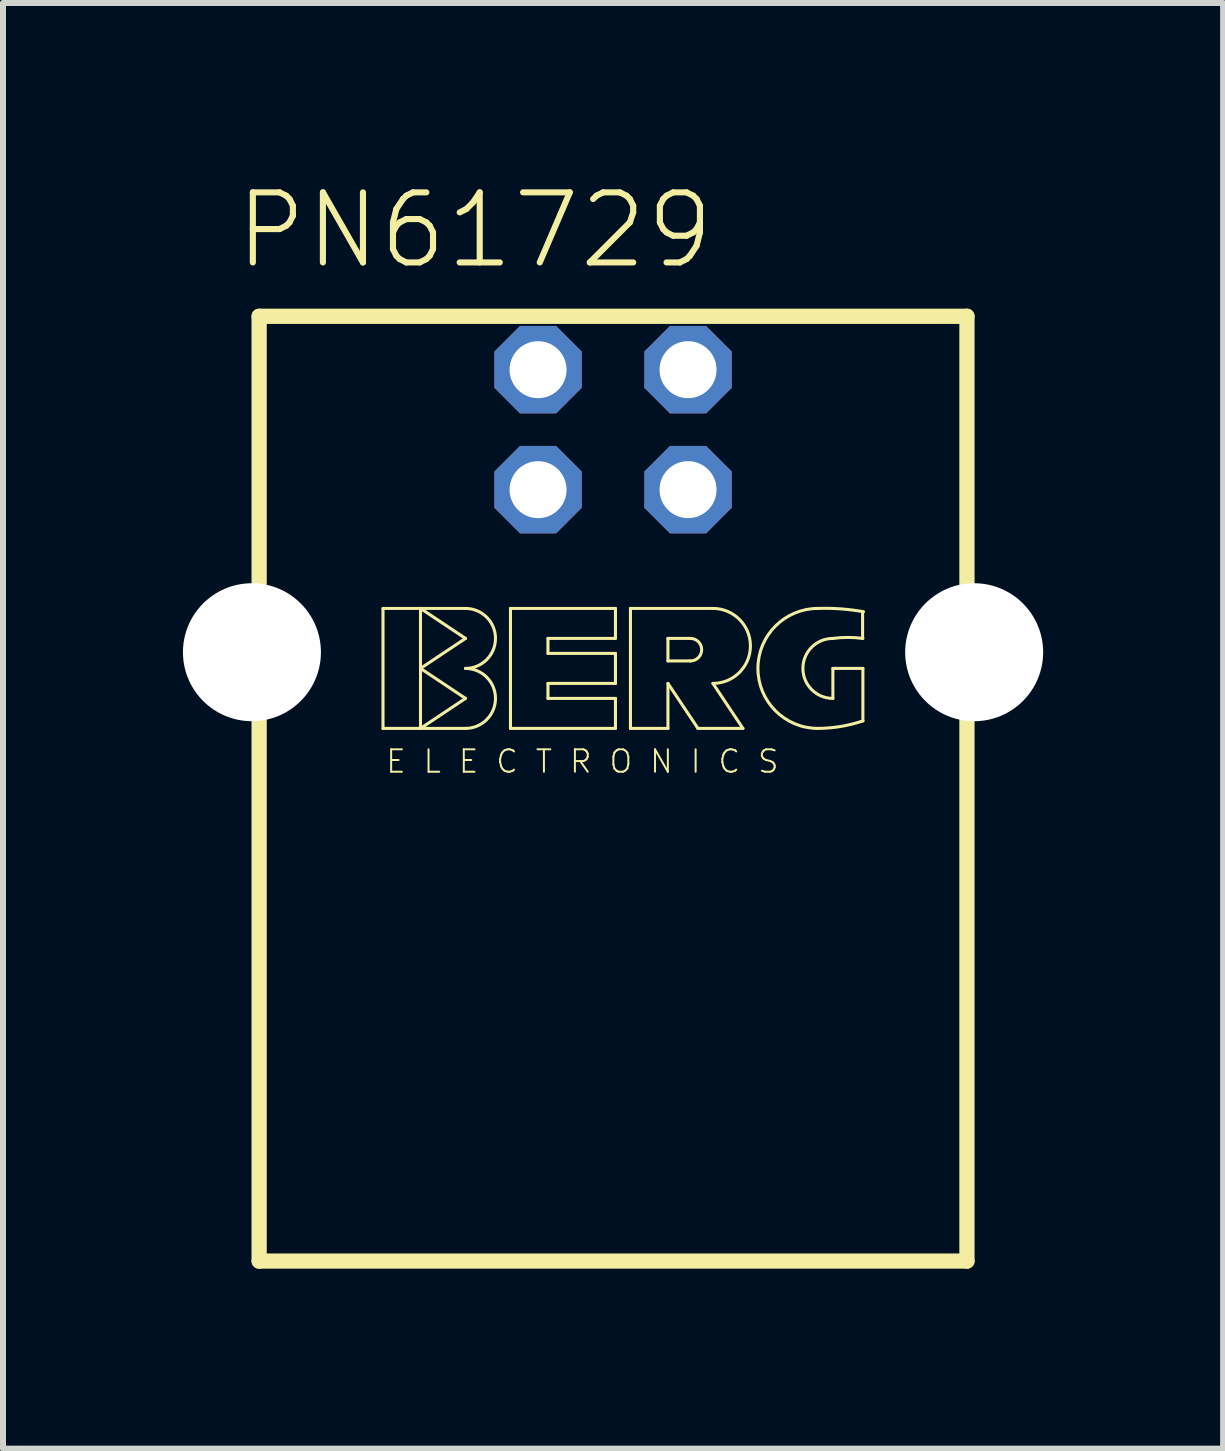
<source format=kicad_pcb>
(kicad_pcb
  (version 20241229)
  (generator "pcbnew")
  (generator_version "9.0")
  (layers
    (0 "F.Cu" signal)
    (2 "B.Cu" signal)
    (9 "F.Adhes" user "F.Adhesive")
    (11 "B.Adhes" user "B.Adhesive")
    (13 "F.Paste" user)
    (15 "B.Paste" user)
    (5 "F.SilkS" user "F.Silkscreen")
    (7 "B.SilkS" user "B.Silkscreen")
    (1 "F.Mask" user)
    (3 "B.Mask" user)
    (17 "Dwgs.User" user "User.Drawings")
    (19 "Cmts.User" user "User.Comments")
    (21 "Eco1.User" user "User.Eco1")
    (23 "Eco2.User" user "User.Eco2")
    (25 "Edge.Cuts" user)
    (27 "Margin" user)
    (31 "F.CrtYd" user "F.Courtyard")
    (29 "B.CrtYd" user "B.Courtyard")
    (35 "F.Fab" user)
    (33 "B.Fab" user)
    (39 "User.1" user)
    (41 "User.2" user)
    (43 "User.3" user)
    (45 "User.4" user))
  (footprint "PN61729"
    (layer "F.Cu")
    (at 7.17 7.823)
    (property "Reference" "PN61729" (at -6.35 -6.35 0) (layer "F.SilkS") (effects (font (size 1.168 1.168) (thickness 0.102)) (justify left bottom)))
    (fp_line (start -5.9 -5.6) (end -5.9 10.15) (stroke (width 0.254) (type solid)) (layer "F.SilkS"))
    (fp_line (start -5.9 10.15) (end 5.9 10.15) (stroke (width 0.254) (type solid)) (layer "F.SilkS"))
    (fp_line (start -3.835 -0.73) (end -3.835 1.27) (stroke (width 0.051) (type solid)) (layer "F.SilkS"))
    (fp_line (start -3.835 1.27) (end -3.21 1.27) (stroke (width 0.051) (type solid)) (layer "F.SilkS"))
    (fp_line (start -3.21 -0.73) (end -3.835 -0.73) (stroke (width 0.051) (type solid)) (layer "F.SilkS"))
    (fp_line (start -3.21 -0.73) (end -2.46 -0.23) (stroke (width 0.051) (type solid)) (layer "F.SilkS"))
    (fp_line (start -3.21 0.27) (end -3.21 -0.73) (stroke (width 0.051) (type solid)) (layer "F.SilkS"))
    (fp_line (start -3.21 0.27) (end -2.46 0.77) (stroke (width 0.051) (type solid)) (layer "F.SilkS"))
    (fp_line (start -3.21 1.27) (end -3.21 0.27) (stroke (width 0.051) (type solid)) (layer "F.SilkS"))
    (fp_line (start -2.46 -0.73) (end -3.21 -0.73) (stroke (width 0.051) (type solid)) (layer "F.SilkS"))
    (fp_line (start -2.46 -0.23) (end -3.21 0.27) (stroke (width 0.051) (type solid)) (layer "F.SilkS"))
    (fp_line (start -2.46 0.77) (end -3.21 1.27) (stroke (width 0.051) (type solid)) (layer "F.SilkS"))
    (fp_line (start -2.46 1.27) (end -3.21 1.27) (stroke (width 0.051) (type solid)) (layer "F.SilkS"))
    (fp_line (start -1.71 -0.73) (end -1.71 1.27) (stroke (width 0.051) (type solid)) (layer "F.SilkS"))
    (fp_line (start -1.71 1.27) (end 0.04 1.27) (stroke (width 0.051) (type solid)) (layer "F.SilkS"))
    (fp_line (start -1.085 -0.23) (end 0.04 -0.23) (stroke (width 0.051) (type solid)) (layer "F.SilkS"))
    (fp_line (start -1.085 0.02) (end -1.085 -0.23) (stroke (width 0.051) (type solid)) (layer "F.SilkS"))
    (fp_line (start -1.085 0.52) (end 0.04 0.52) (stroke (width 0.051) (type solid)) (layer "F.SilkS"))
    (fp_line (start -1.085 0.77) (end -1.085 0.52) (stroke (width 0.051) (type solid)) (layer "F.SilkS"))
    (fp_line (start 0.04 -0.73) (end -1.71 -0.73) (stroke (width 0.051) (type solid)) (layer "F.SilkS"))
    (fp_line (start 0.04 -0.23) (end 0.04 -0.73) (stroke (width 0.051) (type solid)) (layer "F.SilkS"))
    (fp_line (start 0.04 0.02) (end -1.085 0.02) (stroke (width 0.051) (type solid)) (layer "F.SilkS"))
    (fp_line (start 0.04 0.52) (end 0.04 0.02) (stroke (width 0.051) (type solid)) (layer "F.SilkS"))
    (fp_line (start 0.04 0.77) (end -1.085 0.77) (stroke (width 0.051) (type solid)) (layer "F.SilkS"))
    (fp_line (start 0.04 1.27) (end 0.04 0.77) (stroke (width 0.051) (type solid)) (layer "F.SilkS"))
    (fp_line (start 0.29 -0.73) (end 0.29 1.27) (stroke (width 0.051) (type solid)) (layer "F.SilkS"))
    (fp_line (start 0.29 -0.73) (end 1.665 -0.73) (stroke (width 0.051) (type solid)) (layer "F.SilkS"))
    (fp_line (start 0.29 1.27) (end 0.915 1.27) (stroke (width 0.051) (type solid)) (layer "F.SilkS"))
    (fp_line (start 0.915 -0.23) (end 0.915 0.145) (stroke (width 0.051) (type solid)) (layer "F.SilkS"))
    (fp_line (start 0.915 -0.23) (end 1.29 -0.23) (stroke (width 0.051) (type solid)) (layer "F.SilkS"))
    (fp_line (start 0.915 0.145) (end 1.29 0.145) (stroke (width 0.051) (type solid)) (layer "F.SilkS"))
    (fp_line (start 0.915 0.52) (end 1.415 1.27) (stroke (width 0.051) (type solid)) (layer "F.SilkS"))
    (fp_line (start 0.915 1.27) (end 0.915 0.52) (stroke (width 0.051) (type solid)) (layer "F.SilkS"))
    (fp_line (start 1.415 1.27) (end 2.165 1.27) (stroke (width 0.051) (type solid)) (layer "F.SilkS"))
    (fp_line (start 2.165 1.27) (end 1.665 0.52) (stroke (width 0.051) (type solid)) (layer "F.SilkS"))
    (fp_line (start 3.665 0.27) (end 3.665 0.77) (stroke (width 0.051) (type solid)) (layer "F.SilkS"))
    (fp_line (start 3.665 0.27) (end 4.165 0.27) (stroke (width 0.051) (type solid)) (layer "F.SilkS"))
    (fp_line (start 4.16 -0.23) (end 4.16 -0.675) (stroke (width 0.051) (type solid)) (layer "F.SilkS"))
    (fp_line (start 4.165 0.27) (end 4.165 1.145) (stroke (width 0.051) (type solid)) (layer "F.SilkS"))
    (fp_line (start 5.9 -5.6) (end -5.9 -5.6) (stroke (width 0.254) (type solid)) (layer "F.SilkS"))
    (fp_line (start 5.9 10.15) (end 5.9 -5.6) (stroke (width 0.254) (type solid)) (layer "F.SilkS"))
    (fp_arc (start -2.46 -0.73) (mid -1.96 -0.23) (end -2.46 0.27) (stroke (width 0.0508) (type solid)) (layer "F.SilkS"))
    (fp_arc (start -2.46 0.27) (mid -1.96 0.77) (end -2.46 1.27) (stroke (width 0.0508) (type solid)) (layer "F.SilkS"))
    (fp_arc (start 1.29 -0.23) (mid 1.4775 -0.0425) (end 1.29 0.145) (stroke (width 0.0508) (type solid)) (layer "F.SilkS"))
    (fp_arc (start 1.665 -0.73) (mid 2.29 -0.105) (end 1.665 0.52) (stroke (width 0.0508) (type solid)) (layer "F.SilkS"))
    (fp_arc (start 3.415 -0.73) (mid 3.796448 -0.722513) (end 4.175 -0.675) (stroke (width 0.0508) (type solid)) (layer "F.SilkS"))
    (fp_arc (start 3.415 1.27) (mid 2.415 0.27) (end 3.415 -0.73) (stroke (width 0.0508) (type solid)) (layer "F.SilkS"))
    (fp_arc (start 3.665 -0.23) (mid 3.915 -0.246593) (end 4.165 -0.23) (stroke (width 0.0508) (type solid)) (layer "F.SilkS"))
    (fp_arc (start 3.665 0.77) (mid 3.165 0.27) (end 3.665 -0.23) (stroke (width 0.0508) (type solid)) (layer "F.SilkS"))
    (fp_arc (start 4.165 1.145) (mid 3.795035 1.23771) (end 3.415 1.27) (stroke (width 0.0508) (type solid)) (layer "F.SilkS"))
    (fp_text user "E L E C T R O N I C S" (at -3.81 2.04 0) (layer "F.SilkS") (effects (font (size 0.374 0.374) (thickness 0.033)) (justify left bottom)))
    (pad "" np_thru_hole circle (at -6.02 0) (size 2.3 2.3) (drill 2.3) (layers "*.Cu" "*.Mask"))
    (pad "" np_thru_hole circle (at 6.02 0) (size 2.3 2.3) (drill 2.3) (layers "*.Cu" "*.Mask"))
    (pad "1" thru_hole roundrect (at 1.25 -4.71) (size 1.458 1.458) (drill 0.95) (layers "*.Cu" "*.Mask") (roundrect_rratio 0.25) (chamfer_ratio 0.293) (chamfer top_left top_right bottom_left bottom_right))
    (pad "2" thru_hole roundrect (at -1.25 -4.71) (size 1.458 1.458) (drill 0.95) (layers "*.Cu" "*.Mask") (roundrect_rratio 0.25) (chamfer_ratio 0.293) (chamfer top_left top_right bottom_left bottom_right))
    (pad "3" thru_hole roundrect (at -1.25 -2.71) (size 1.458 1.458) (drill 0.95) (layers "*.Cu" "*.Mask") (roundrect_rratio 0.25) (chamfer_ratio 0.293) (chamfer top_left top_right bottom_left bottom_right))
    (pad "4" thru_hole roundrect (at 1.25 -2.71) (size 1.458 1.458) (drill 0.95) (layers "*.Cu" "*.Mask") (roundrect_rratio 0.25) (chamfer_ratio 0.293) (chamfer top_left top_right bottom_left bottom_right)))
  (gr_rect
    (start -3 -3)
    (end 17.34 21.1)
    (stroke (width 0.1) (type default))
    (fill no)
    (layer "Edge.Cuts")))
</source>
